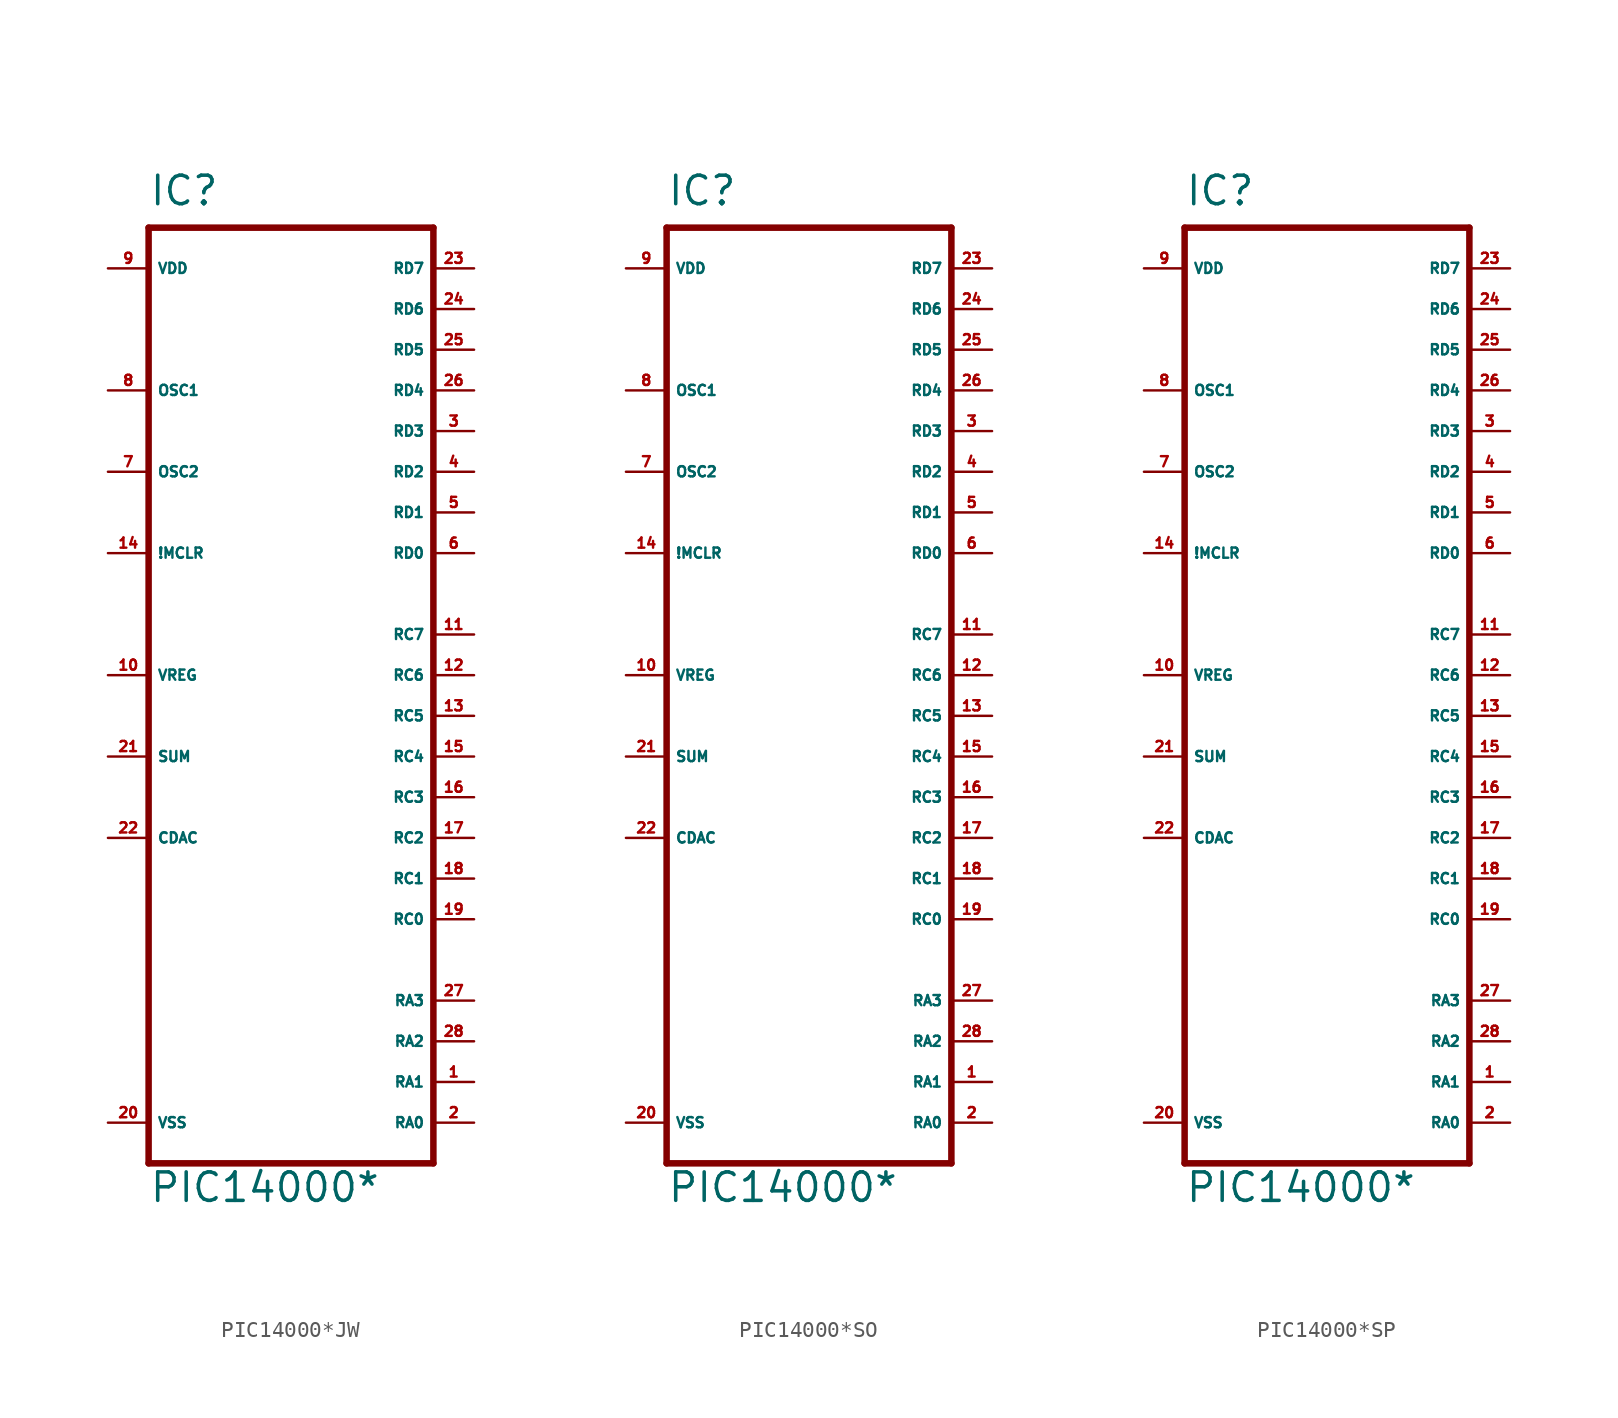
<source format=kicad_sym>
(kicad_symbol_lib
  (version 20220914)
  (generator Eagle2Kicad)
  (symbol "PIC14000*JW"
    (property "Reference" "IC"
      (at -7.62 29.21 0)
      (effects (font (size 1.778 1.778) (thickness 0.22)) (justify left bottom)))
    (property "Value" "PIC14000*"
      (at -7.62 -33.02 0)
      (effects (font (size 1.778 1.778) (thickness 0.22)) (justify left bottom)))
    (polyline
      (pts (xy -7.62 -30.48) (xy 10.16 -30.48))
      (stroke (width 0.406) (type default))
      (fill (type none)))
    (polyline
      (pts (xy 10.16 -30.48) (xy 10.16 27.94))
      (stroke (width 0.406) (type default))
      (fill (type none)))
    (polyline
      (pts (xy 10.16 27.94) (xy -7.62 27.94))
      (stroke (width 0.406) (type default))
      (fill (type none)))
    (polyline
      (pts (xy -7.62 27.94) (xy -7.62 -30.48))
      (stroke (width 0.406) (type default))
      (fill (type none)))
    (pin input line
      (at -10.16 7.62 0)
      (length 2.54)
      (name "!MCLR" (effects (font (size 0.635 0.635) (thickness 0.08)) (justify left bottom)))
      (number "14" (effects (font (size 0.635 0.635) (thickness 0.08)) (justify left bottom))))
    (pin input line
      (at -10.16 17.78 0)
      (length 2.54)
      (name "OSC1" (effects (font (size 0.635 0.635) (thickness 0.08)) (justify left bottom)))
      (number "8" (effects (font (size 0.635 0.635) (thickness 0.08)) (justify left bottom))))
    (pin bidirectional line
      (at 12.7 -27.94 180)
      (length 2.54)
      (name "RA0" (effects (font (size 0.635 0.635) (thickness 0.08)) (justify left bottom)))
      (number "2" (effects (font (size 0.635 0.635) (thickness 0.08)) (justify left bottom))))
    (pin bidirectional line
      (at 12.7 -25.4 180)
      (length 2.54)
      (name "RA1" (effects (font (size 0.635 0.635) (thickness 0.08)) (justify left bottom)))
      (number "1" (effects (font (size 0.635 0.635) (thickness 0.08)) (justify left bottom))))
    (pin bidirectional line
      (at 12.7 -22.86 180)
      (length 2.54)
      (name "RA2" (effects (font (size 0.635 0.635) (thickness 0.08)) (justify left bottom)))
      (number "28" (effects (font (size 0.635 0.635) (thickness 0.08)) (justify left bottom))))
    (pin bidirectional line
      (at 12.7 -20.32 180)
      (length 2.54)
      (name "RA3" (effects (font (size 0.635 0.635) (thickness 0.08)) (justify left bottom)))
      (number "27" (effects (font (size 0.635 0.635) (thickness 0.08)) (justify left bottom))))
    (pin output line
      (at -10.16 0 0)
      (length 2.54)
      (name "VREG" (effects (font (size 0.635 0.635) (thickness 0.08)) (justify left bottom)))
      (number "10" (effects (font (size 0.635 0.635) (thickness 0.08)) (justify left bottom))))
    (pin output line
      (at -10.16 -5.08 0)
      (length 2.54)
      (name "SUM" (effects (font (size 0.635 0.635) (thickness 0.08)) (justify left bottom)))
      (number "21" (effects (font (size 0.635 0.635) (thickness 0.08)) (justify left bottom))))
    (pin output line
      (at -10.16 12.7 0)
      (length 2.54)
      (name "OSC2" (effects (font (size 0.635 0.635) (thickness 0.08)) (justify left bottom)))
      (number "7" (effects (font (size 0.635 0.635) (thickness 0.08)) (justify left bottom))))
    (pin bidirectional line
      (at 12.7 2.54 180)
      (length 2.54)
      (name "RC7" (effects (font (size 0.635 0.635) (thickness 0.08)) (justify left bottom)))
      (number "11" (effects (font (size 0.635 0.635) (thickness 0.08)) (justify left bottom))))
    (pin bidirectional line
      (at 12.7 0 180)
      (length 2.54)
      (name "RC6" (effects (font (size 0.635 0.635) (thickness 0.08)) (justify left bottom)))
      (number "12" (effects (font (size 0.635 0.635) (thickness 0.08)) (justify left bottom))))
    (pin bidirectional line
      (at 12.7 -2.54 180)
      (length 2.54)
      (name "RC5" (effects (font (size 0.635 0.635) (thickness 0.08)) (justify left bottom)))
      (number "13" (effects (font (size 0.635 0.635) (thickness 0.08)) (justify left bottom))))
    (pin bidirectional line
      (at 12.7 -5.08 180)
      (length 2.54)
      (name "RC4" (effects (font (size 0.635 0.635) (thickness 0.08)) (justify left bottom)))
      (number "15" (effects (font (size 0.635 0.635) (thickness 0.08)) (justify left bottom))))
    (pin bidirectional line
      (at 12.7 -7.62 180)
      (length 2.54)
      (name "RC3" (effects (font (size 0.635 0.635) (thickness 0.08)) (justify left bottom)))
      (number "16" (effects (font (size 0.635 0.635) (thickness 0.08)) (justify left bottom))))
    (pin bidirectional line
      (at 12.7 -10.16 180)
      (length 2.54)
      (name "RC2" (effects (font (size 0.635 0.635) (thickness 0.08)) (justify left bottom)))
      (number "17" (effects (font (size 0.635 0.635) (thickness 0.08)) (justify left bottom))))
    (pin bidirectional line
      (at 12.7 -12.7 180)
      (length 2.54)
      (name "RC1" (effects (font (size 0.635 0.635) (thickness 0.08)) (justify left bottom)))
      (number "18" (effects (font (size 0.635 0.635) (thickness 0.08)) (justify left bottom))))
    (pin bidirectional line
      (at 12.7 -15.24 180)
      (length 2.54)
      (name "RC0" (effects (font (size 0.635 0.635) (thickness 0.08)) (justify left bottom)))
      (number "19" (effects (font (size 0.635 0.635) (thickness 0.08)) (justify left bottom))))
    (pin bidirectional line
      (at 12.7 25.4 180)
      (length 2.54)
      (name "RD7" (effects (font (size 0.635 0.635) (thickness 0.08)) (justify left bottom)))
      (number "23" (effects (font (size 0.635 0.635) (thickness 0.08)) (justify left bottom))))
    (pin bidirectional line
      (at 12.7 22.86 180)
      (length 2.54)
      (name "RD6" (effects (font (size 0.635 0.635) (thickness 0.08)) (justify left bottom)))
      (number "24" (effects (font (size 0.635 0.635) (thickness 0.08)) (justify left bottom))))
    (pin bidirectional line
      (at 12.7 20.32 180)
      (length 2.54)
      (name "RD5" (effects (font (size 0.635 0.635) (thickness 0.08)) (justify left bottom)))
      (number "25" (effects (font (size 0.635 0.635) (thickness 0.08)) (justify left bottom))))
    (pin bidirectional line
      (at 12.7 17.78 180)
      (length 2.54)
      (name "RD4" (effects (font (size 0.635 0.635) (thickness 0.08)) (justify left bottom)))
      (number "26" (effects (font (size 0.635 0.635) (thickness 0.08)) (justify left bottom))))
    (pin bidirectional line
      (at 12.7 15.24 180)
      (length 2.54)
      (name "RD3" (effects (font (size 0.635 0.635) (thickness 0.08)) (justify left bottom)))
      (number "3" (effects (font (size 0.635 0.635) (thickness 0.08)) (justify left bottom))))
    (pin bidirectional line
      (at 12.7 12.7 180)
      (length 2.54)
      (name "RD2" (effects (font (size 0.635 0.635) (thickness 0.08)) (justify left bottom)))
      (number "4" (effects (font (size 0.635 0.635) (thickness 0.08)) (justify left bottom))))
    (pin bidirectional line
      (at 12.7 10.16 180)
      (length 2.54)
      (name "RD1" (effects (font (size 0.635 0.635) (thickness 0.08)) (justify left bottom)))
      (number "5" (effects (font (size 0.635 0.635) (thickness 0.08)) (justify left bottom))))
    (pin bidirectional line
      (at 12.7 7.62 180)
      (length 2.54)
      (name "RD0" (effects (font (size 0.635 0.635) (thickness 0.08)) (justify left bottom)))
      (number "6" (effects (font (size 0.635 0.635) (thickness 0.08)) (justify left bottom))))
    (pin output line
      (at -10.16 -10.16 0)
      (length 2.54)
      (name "CDAC" (effects (font (size 0.635 0.635) (thickness 0.08)) (justify left bottom)))
      (number "22" (effects (font (size 0.635 0.635) (thickness 0.08)) (justify left bottom))))
    (pin unspecified line
      (at -10.16 -27.94 0)
      (length 2.54)
      (name "VSS" (effects (font (size 0.635 0.635) (thickness 0.08)) (justify left bottom)))
      (number "20" (effects (font (size 0.635 0.635) (thickness 0.08)) (justify left bottom))))
    (pin unspecified line
      (at -10.16 25.4 0)
      (length 2.54)
      (name "VDD" (effects (font (size 0.635 0.635) (thickness 0.08)) (justify left bottom)))
      (number "9" (effects (font (size 0.635 0.635) (thickness 0.08)) (justify left bottom)))))
  (symbol "PIC14000*SO"
    (property "Reference" "IC"
      (at -7.62 29.21 0)
      (effects (font (size 1.778 1.778) (thickness 0.22)) (justify left bottom)))
    (property "Value" "PIC14000*"
      (at -7.62 -33.02 0)
      (effects (font (size 1.778 1.778) (thickness 0.22)) (justify left bottom)))
    (polyline
      (pts (xy -7.62 -30.48) (xy 10.16 -30.48))
      (stroke (width 0.406) (type default))
      (fill (type none)))
    (polyline
      (pts (xy 10.16 -30.48) (xy 10.16 27.94))
      (stroke (width 0.406) (type default))
      (fill (type none)))
    (polyline
      (pts (xy 10.16 27.94) (xy -7.62 27.94))
      (stroke (width 0.406) (type default))
      (fill (type none)))
    (polyline
      (pts (xy -7.62 27.94) (xy -7.62 -30.48))
      (stroke (width 0.406) (type default))
      (fill (type none)))
    (pin input line
      (at -10.16 7.62 0)
      (length 2.54)
      (name "!MCLR" (effects (font (size 0.635 0.635) (thickness 0.08)) (justify left bottom)))
      (number "14" (effects (font (size 0.635 0.635) (thickness 0.08)) (justify left bottom))))
    (pin input line
      (at -10.16 17.78 0)
      (length 2.54)
      (name "OSC1" (effects (font (size 0.635 0.635) (thickness 0.08)) (justify left bottom)))
      (number "8" (effects (font (size 0.635 0.635) (thickness 0.08)) (justify left bottom))))
    (pin bidirectional line
      (at 12.7 -27.94 180)
      (length 2.54)
      (name "RA0" (effects (font (size 0.635 0.635) (thickness 0.08)) (justify left bottom)))
      (number "2" (effects (font (size 0.635 0.635) (thickness 0.08)) (justify left bottom))))
    (pin bidirectional line
      (at 12.7 -25.4 180)
      (length 2.54)
      (name "RA1" (effects (font (size 0.635 0.635) (thickness 0.08)) (justify left bottom)))
      (number "1" (effects (font (size 0.635 0.635) (thickness 0.08)) (justify left bottom))))
    (pin bidirectional line
      (at 12.7 -22.86 180)
      (length 2.54)
      (name "RA2" (effects (font (size 0.635 0.635) (thickness 0.08)) (justify left bottom)))
      (number "28" (effects (font (size 0.635 0.635) (thickness 0.08)) (justify left bottom))))
    (pin bidirectional line
      (at 12.7 -20.32 180)
      (length 2.54)
      (name "RA3" (effects (font (size 0.635 0.635) (thickness 0.08)) (justify left bottom)))
      (number "27" (effects (font (size 0.635 0.635) (thickness 0.08)) (justify left bottom))))
    (pin output line
      (at -10.16 0 0)
      (length 2.54)
      (name "VREG" (effects (font (size 0.635 0.635) (thickness 0.08)) (justify left bottom)))
      (number "10" (effects (font (size 0.635 0.635) (thickness 0.08)) (justify left bottom))))
    (pin output line
      (at -10.16 -5.08 0)
      (length 2.54)
      (name "SUM" (effects (font (size 0.635 0.635) (thickness 0.08)) (justify left bottom)))
      (number "21" (effects (font (size 0.635 0.635) (thickness 0.08)) (justify left bottom))))
    (pin output line
      (at -10.16 12.7 0)
      (length 2.54)
      (name "OSC2" (effects (font (size 0.635 0.635) (thickness 0.08)) (justify left bottom)))
      (number "7" (effects (font (size 0.635 0.635) (thickness 0.08)) (justify left bottom))))
    (pin bidirectional line
      (at 12.7 2.54 180)
      (length 2.54)
      (name "RC7" (effects (font (size 0.635 0.635) (thickness 0.08)) (justify left bottom)))
      (number "11" (effects (font (size 0.635 0.635) (thickness 0.08)) (justify left bottom))))
    (pin bidirectional line
      (at 12.7 0 180)
      (length 2.54)
      (name "RC6" (effects (font (size 0.635 0.635) (thickness 0.08)) (justify left bottom)))
      (number "12" (effects (font (size 0.635 0.635) (thickness 0.08)) (justify left bottom))))
    (pin bidirectional line
      (at 12.7 -2.54 180)
      (length 2.54)
      (name "RC5" (effects (font (size 0.635 0.635) (thickness 0.08)) (justify left bottom)))
      (number "13" (effects (font (size 0.635 0.635) (thickness 0.08)) (justify left bottom))))
    (pin bidirectional line
      (at 12.7 -5.08 180)
      (length 2.54)
      (name "RC4" (effects (font (size 0.635 0.635) (thickness 0.08)) (justify left bottom)))
      (number "15" (effects (font (size 0.635 0.635) (thickness 0.08)) (justify left bottom))))
    (pin bidirectional line
      (at 12.7 -7.62 180)
      (length 2.54)
      (name "RC3" (effects (font (size 0.635 0.635) (thickness 0.08)) (justify left bottom)))
      (number "16" (effects (font (size 0.635 0.635) (thickness 0.08)) (justify left bottom))))
    (pin bidirectional line
      (at 12.7 -10.16 180)
      (length 2.54)
      (name "RC2" (effects (font (size 0.635 0.635) (thickness 0.08)) (justify left bottom)))
      (number "17" (effects (font (size 0.635 0.635) (thickness 0.08)) (justify left bottom))))
    (pin bidirectional line
      (at 12.7 -12.7 180)
      (length 2.54)
      (name "RC1" (effects (font (size 0.635 0.635) (thickness 0.08)) (justify left bottom)))
      (number "18" (effects (font (size 0.635 0.635) (thickness 0.08)) (justify left bottom))))
    (pin bidirectional line
      (at 12.7 -15.24 180)
      (length 2.54)
      (name "RC0" (effects (font (size 0.635 0.635) (thickness 0.08)) (justify left bottom)))
      (number "19" (effects (font (size 0.635 0.635) (thickness 0.08)) (justify left bottom))))
    (pin bidirectional line
      (at 12.7 25.4 180)
      (length 2.54)
      (name "RD7" (effects (font (size 0.635 0.635) (thickness 0.08)) (justify left bottom)))
      (number "23" (effects (font (size 0.635 0.635) (thickness 0.08)) (justify left bottom))))
    (pin bidirectional line
      (at 12.7 22.86 180)
      (length 2.54)
      (name "RD6" (effects (font (size 0.635 0.635) (thickness 0.08)) (justify left bottom)))
      (number "24" (effects (font (size 0.635 0.635) (thickness 0.08)) (justify left bottom))))
    (pin bidirectional line
      (at 12.7 20.32 180)
      (length 2.54)
      (name "RD5" (effects (font (size 0.635 0.635) (thickness 0.08)) (justify left bottom)))
      (number "25" (effects (font (size 0.635 0.635) (thickness 0.08)) (justify left bottom))))
    (pin bidirectional line
      (at 12.7 17.78 180)
      (length 2.54)
      (name "RD4" (effects (font (size 0.635 0.635) (thickness 0.08)) (justify left bottom)))
      (number "26" (effects (font (size 0.635 0.635) (thickness 0.08)) (justify left bottom))))
    (pin bidirectional line
      (at 12.7 15.24 180)
      (length 2.54)
      (name "RD3" (effects (font (size 0.635 0.635) (thickness 0.08)) (justify left bottom)))
      (number "3" (effects (font (size 0.635 0.635) (thickness 0.08)) (justify left bottom))))
    (pin bidirectional line
      (at 12.7 12.7 180)
      (length 2.54)
      (name "RD2" (effects (font (size 0.635 0.635) (thickness 0.08)) (justify left bottom)))
      (number "4" (effects (font (size 0.635 0.635) (thickness 0.08)) (justify left bottom))))
    (pin bidirectional line
      (at 12.7 10.16 180)
      (length 2.54)
      (name "RD1" (effects (font (size 0.635 0.635) (thickness 0.08)) (justify left bottom)))
      (number "5" (effects (font (size 0.635 0.635) (thickness 0.08)) (justify left bottom))))
    (pin bidirectional line
      (at 12.7 7.62 180)
      (length 2.54)
      (name "RD0" (effects (font (size 0.635 0.635) (thickness 0.08)) (justify left bottom)))
      (number "6" (effects (font (size 0.635 0.635) (thickness 0.08)) (justify left bottom))))
    (pin output line
      (at -10.16 -10.16 0)
      (length 2.54)
      (name "CDAC" (effects (font (size 0.635 0.635) (thickness 0.08)) (justify left bottom)))
      (number "22" (effects (font (size 0.635 0.635) (thickness 0.08)) (justify left bottom))))
    (pin unspecified line
      (at -10.16 -27.94 0)
      (length 2.54)
      (name "VSS" (effects (font (size 0.635 0.635) (thickness 0.08)) (justify left bottom)))
      (number "20" (effects (font (size 0.635 0.635) (thickness 0.08)) (justify left bottom))))
    (pin unspecified line
      (at -10.16 25.4 0)
      (length 2.54)
      (name "VDD" (effects (font (size 0.635 0.635) (thickness 0.08)) (justify left bottom)))
      (number "9" (effects (font (size 0.635 0.635) (thickness 0.08)) (justify left bottom)))))
  (symbol "PIC14000*SP"
    (property "Reference" "IC"
      (at -7.62 29.21 0)
      (effects (font (size 1.778 1.778) (thickness 0.22)) (justify left bottom)))
    (property "Value" "PIC14000*"
      (at -7.62 -33.02 0)
      (effects (font (size 1.778 1.778) (thickness 0.22)) (justify left bottom)))
    (polyline
      (pts (xy -7.62 -30.48) (xy 10.16 -30.48))
      (stroke (width 0.406) (type default))
      (fill (type none)))
    (polyline
      (pts (xy 10.16 -30.48) (xy 10.16 27.94))
      (stroke (width 0.406) (type default))
      (fill (type none)))
    (polyline
      (pts (xy 10.16 27.94) (xy -7.62 27.94))
      (stroke (width 0.406) (type default))
      (fill (type none)))
    (polyline
      (pts (xy -7.62 27.94) (xy -7.62 -30.48))
      (stroke (width 0.406) (type default))
      (fill (type none)))
    (pin input line
      (at -10.16 7.62 0)
      (length 2.54)
      (name "!MCLR" (effects (font (size 0.635 0.635) (thickness 0.08)) (justify left bottom)))
      (number "14" (effects (font (size 0.635 0.635) (thickness 0.08)) (justify left bottom))))
    (pin input line
      (at -10.16 17.78 0)
      (length 2.54)
      (name "OSC1" (effects (font (size 0.635 0.635) (thickness 0.08)) (justify left bottom)))
      (number "8" (effects (font (size 0.635 0.635) (thickness 0.08)) (justify left bottom))))
    (pin bidirectional line
      (at 12.7 -27.94 180)
      (length 2.54)
      (name "RA0" (effects (font (size 0.635 0.635) (thickness 0.08)) (justify left bottom)))
      (number "2" (effects (font (size 0.635 0.635) (thickness 0.08)) (justify left bottom))))
    (pin bidirectional line
      (at 12.7 -25.4 180)
      (length 2.54)
      (name "RA1" (effects (font (size 0.635 0.635) (thickness 0.08)) (justify left bottom)))
      (number "1" (effects (font (size 0.635 0.635) (thickness 0.08)) (justify left bottom))))
    (pin bidirectional line
      (at 12.7 -22.86 180)
      (length 2.54)
      (name "RA2" (effects (font (size 0.635 0.635) (thickness 0.08)) (justify left bottom)))
      (number "28" (effects (font (size 0.635 0.635) (thickness 0.08)) (justify left bottom))))
    (pin bidirectional line
      (at 12.7 -20.32 180)
      (length 2.54)
      (name "RA3" (effects (font (size 0.635 0.635) (thickness 0.08)) (justify left bottom)))
      (number "27" (effects (font (size 0.635 0.635) (thickness 0.08)) (justify left bottom))))
    (pin output line
      (at -10.16 0 0)
      (length 2.54)
      (name "VREG" (effects (font (size 0.635 0.635) (thickness 0.08)) (justify left bottom)))
      (number "10" (effects (font (size 0.635 0.635) (thickness 0.08)) (justify left bottom))))
    (pin output line
      (at -10.16 -5.08 0)
      (length 2.54)
      (name "SUM" (effects (font (size 0.635 0.635) (thickness 0.08)) (justify left bottom)))
      (number "21" (effects (font (size 0.635 0.635) (thickness 0.08)) (justify left bottom))))
    (pin output line
      (at -10.16 12.7 0)
      (length 2.54)
      (name "OSC2" (effects (font (size 0.635 0.635) (thickness 0.08)) (justify left bottom)))
      (number "7" (effects (font (size 0.635 0.635) (thickness 0.08)) (justify left bottom))))
    (pin bidirectional line
      (at 12.7 2.54 180)
      (length 2.54)
      (name "RC7" (effects (font (size 0.635 0.635) (thickness 0.08)) (justify left bottom)))
      (number "11" (effects (font (size 0.635 0.635) (thickness 0.08)) (justify left bottom))))
    (pin bidirectional line
      (at 12.7 0 180)
      (length 2.54)
      (name "RC6" (effects (font (size 0.635 0.635) (thickness 0.08)) (justify left bottom)))
      (number "12" (effects (font (size 0.635 0.635) (thickness 0.08)) (justify left bottom))))
    (pin bidirectional line
      (at 12.7 -2.54 180)
      (length 2.54)
      (name "RC5" (effects (font (size 0.635 0.635) (thickness 0.08)) (justify left bottom)))
      (number "13" (effects (font (size 0.635 0.635) (thickness 0.08)) (justify left bottom))))
    (pin bidirectional line
      (at 12.7 -5.08 180)
      (length 2.54)
      (name "RC4" (effects (font (size 0.635 0.635) (thickness 0.08)) (justify left bottom)))
      (number "15" (effects (font (size 0.635 0.635) (thickness 0.08)) (justify left bottom))))
    (pin bidirectional line
      (at 12.7 -7.62 180)
      (length 2.54)
      (name "RC3" (effects (font (size 0.635 0.635) (thickness 0.08)) (justify left bottom)))
      (number "16" (effects (font (size 0.635 0.635) (thickness 0.08)) (justify left bottom))))
    (pin bidirectional line
      (at 12.7 -10.16 180)
      (length 2.54)
      (name "RC2" (effects (font (size 0.635 0.635) (thickness 0.08)) (justify left bottom)))
      (number "17" (effects (font (size 0.635 0.635) (thickness 0.08)) (justify left bottom))))
    (pin bidirectional line
      (at 12.7 -12.7 180)
      (length 2.54)
      (name "RC1" (effects (font (size 0.635 0.635) (thickness 0.08)) (justify left bottom)))
      (number "18" (effects (font (size 0.635 0.635) (thickness 0.08)) (justify left bottom))))
    (pin bidirectional line
      (at 12.7 -15.24 180)
      (length 2.54)
      (name "RC0" (effects (font (size 0.635 0.635) (thickness 0.08)) (justify left bottom)))
      (number "19" (effects (font (size 0.635 0.635) (thickness 0.08)) (justify left bottom))))
    (pin bidirectional line
      (at 12.7 25.4 180)
      (length 2.54)
      (name "RD7" (effects (font (size 0.635 0.635) (thickness 0.08)) (justify left bottom)))
      (number "23" (effects (font (size 0.635 0.635) (thickness 0.08)) (justify left bottom))))
    (pin bidirectional line
      (at 12.7 22.86 180)
      (length 2.54)
      (name "RD6" (effects (font (size 0.635 0.635) (thickness 0.08)) (justify left bottom)))
      (number "24" (effects (font (size 0.635 0.635) (thickness 0.08)) (justify left bottom))))
    (pin bidirectional line
      (at 12.7 20.32 180)
      (length 2.54)
      (name "RD5" (effects (font (size 0.635 0.635) (thickness 0.08)) (justify left bottom)))
      (number "25" (effects (font (size 0.635 0.635) (thickness 0.08)) (justify left bottom))))
    (pin bidirectional line
      (at 12.7 17.78 180)
      (length 2.54)
      (name "RD4" (effects (font (size 0.635 0.635) (thickness 0.08)) (justify left bottom)))
      (number "26" (effects (font (size 0.635 0.635) (thickness 0.08)) (justify left bottom))))
    (pin bidirectional line
      (at 12.7 15.24 180)
      (length 2.54)
      (name "RD3" (effects (font (size 0.635 0.635) (thickness 0.08)) (justify left bottom)))
      (number "3" (effects (font (size 0.635 0.635) (thickness 0.08)) (justify left bottom))))
    (pin bidirectional line
      (at 12.7 12.7 180)
      (length 2.54)
      (name "RD2" (effects (font (size 0.635 0.635) (thickness 0.08)) (justify left bottom)))
      (number "4" (effects (font (size 0.635 0.635) (thickness 0.08)) (justify left bottom))))
    (pin bidirectional line
      (at 12.7 10.16 180)
      (length 2.54)
      (name "RD1" (effects (font (size 0.635 0.635) (thickness 0.08)) (justify left bottom)))
      (number "5" (effects (font (size 0.635 0.635) (thickness 0.08)) (justify left bottom))))
    (pin bidirectional line
      (at 12.7 7.62 180)
      (length 2.54)
      (name "RD0" (effects (font (size 0.635 0.635) (thickness 0.08)) (justify left bottom)))
      (number "6" (effects (font (size 0.635 0.635) (thickness 0.08)) (justify left bottom))))
    (pin output line
      (at -10.16 -10.16 0)
      (length 2.54)
      (name "CDAC" (effects (font (size 0.635 0.635) (thickness 0.08)) (justify left bottom)))
      (number "22" (effects (font (size 0.635 0.635) (thickness 0.08)) (justify left bottom))))
    (pin unspecified line
      (at -10.16 -27.94 0)
      (length 2.54)
      (name "VSS" (effects (font (size 0.635 0.635) (thickness 0.08)) (justify left bottom)))
      (number "20" (effects (font (size 0.635 0.635) (thickness 0.08)) (justify left bottom))))
    (pin unspecified line
      (at -10.16 25.4 0)
      (length 2.54)
      (name "VDD" (effects (font (size 0.635 0.635) (thickness 0.08)) (justify left bottom)))
      (number "9" (effects (font (size 0.635 0.635) (thickness 0.08)) (justify left bottom))))))
</source>
